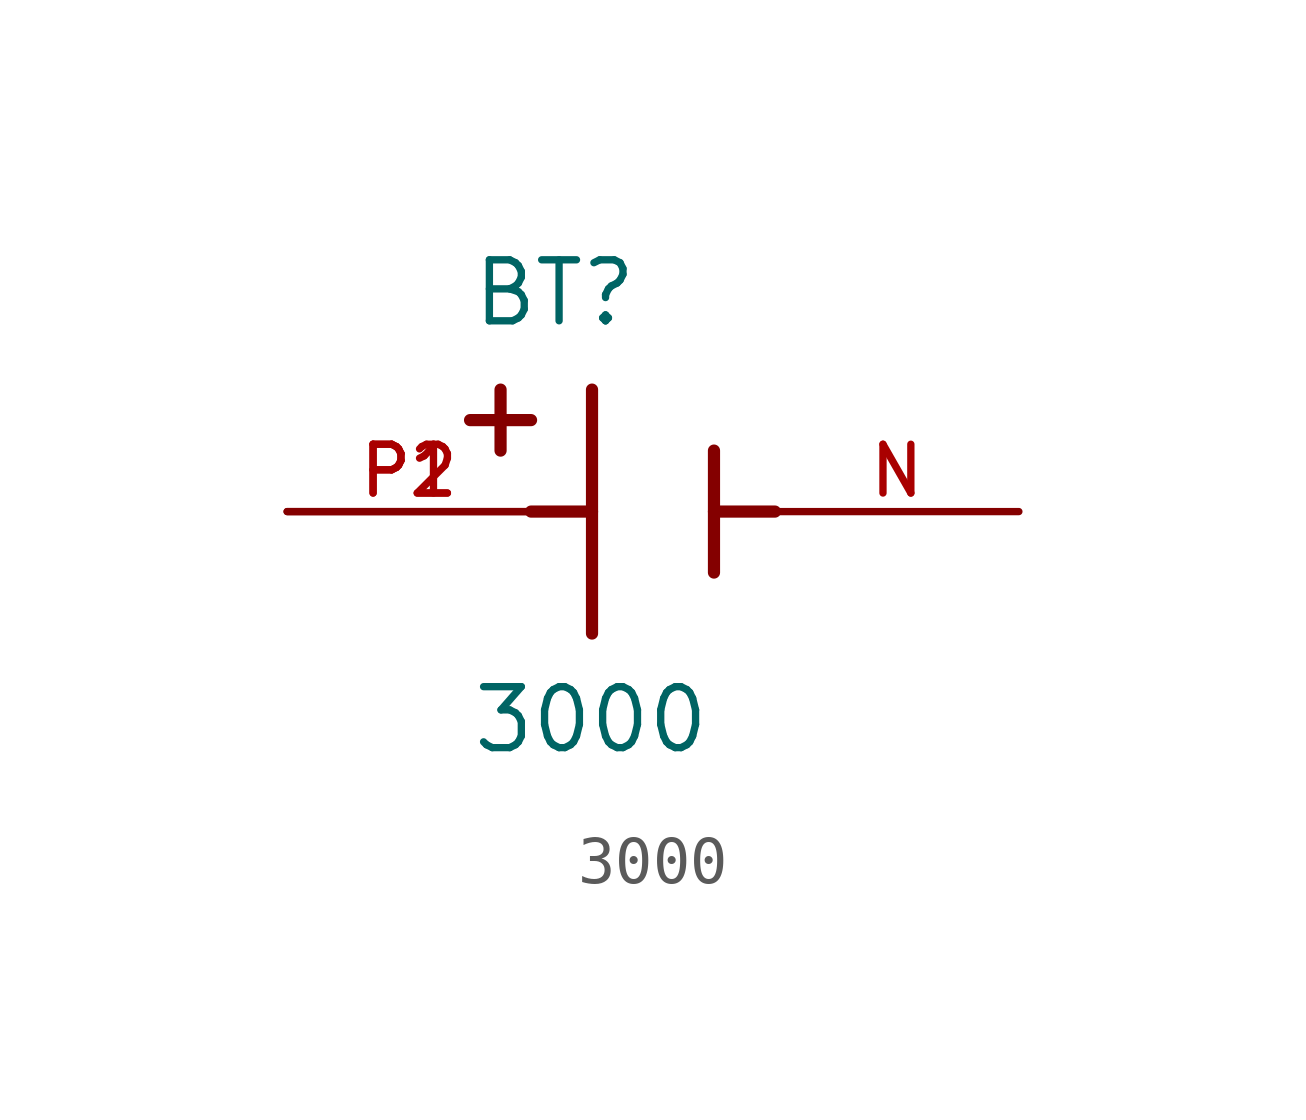
<source format=kicad_sym>
(kicad_symbol_lib
  (version 20211014)
  (generator kicad_symbol_editor)
  (symbol "3000"
    (pin_names
      (offset 1.016))
    (property "Reference" "BT"
      (at -3.81 3.81 0)
      (effects (font (size 1.27 1.27)) (justify bottom left)))
    (property "Value" "3000"
      (at -3.81 -5.08 0)
      (effects (font (size 1.27 1.27)) (justify bottom left)))
    (symbol "3000_0_0"
      (polyline (pts (xy -1.27 2.54) (xy -1.27 -2.54)) (stroke (width 0.254)))
      (polyline (pts (xy 1.27 1.27) (xy 1.27 -1.27)) (stroke (width 0.254)))
      (polyline (pts (xy -1.27 0.0) (xy -2.54 0.0)) (stroke (width 0.254)))
      (polyline (pts (xy 1.27 0.0) (xy 2.54 0.0)) (stroke (width 0.254)))
      (polyline (pts (xy -3.175 2.54) (xy -3.175 1.27)) (stroke (width 0.254)))
      (polyline (pts (xy -3.81 1.905) (xy -2.54 1.905)) (stroke (width 0.254)))
      (pin passive line (at -7.62 0.0 0) (length 5.08) (name "~" (effects (font (size 1.016 1.016)))) (number "P1" (effects (font (size 1.016 1.016)))))
      (pin passive line (at 7.62 0.0 180.0) (length 5.08) (name "~" (effects (font (size 1.016 1.016)))) (number "N" (effects (font (size 1.016 1.016)))))
      (pin passive line (at -7.62 0.0 0) (length 5.08) (name "~" (effects (font (size 1.016 1.016)))) (number "P2" (effects (font (size 1.016 1.016))))))))
</source>
